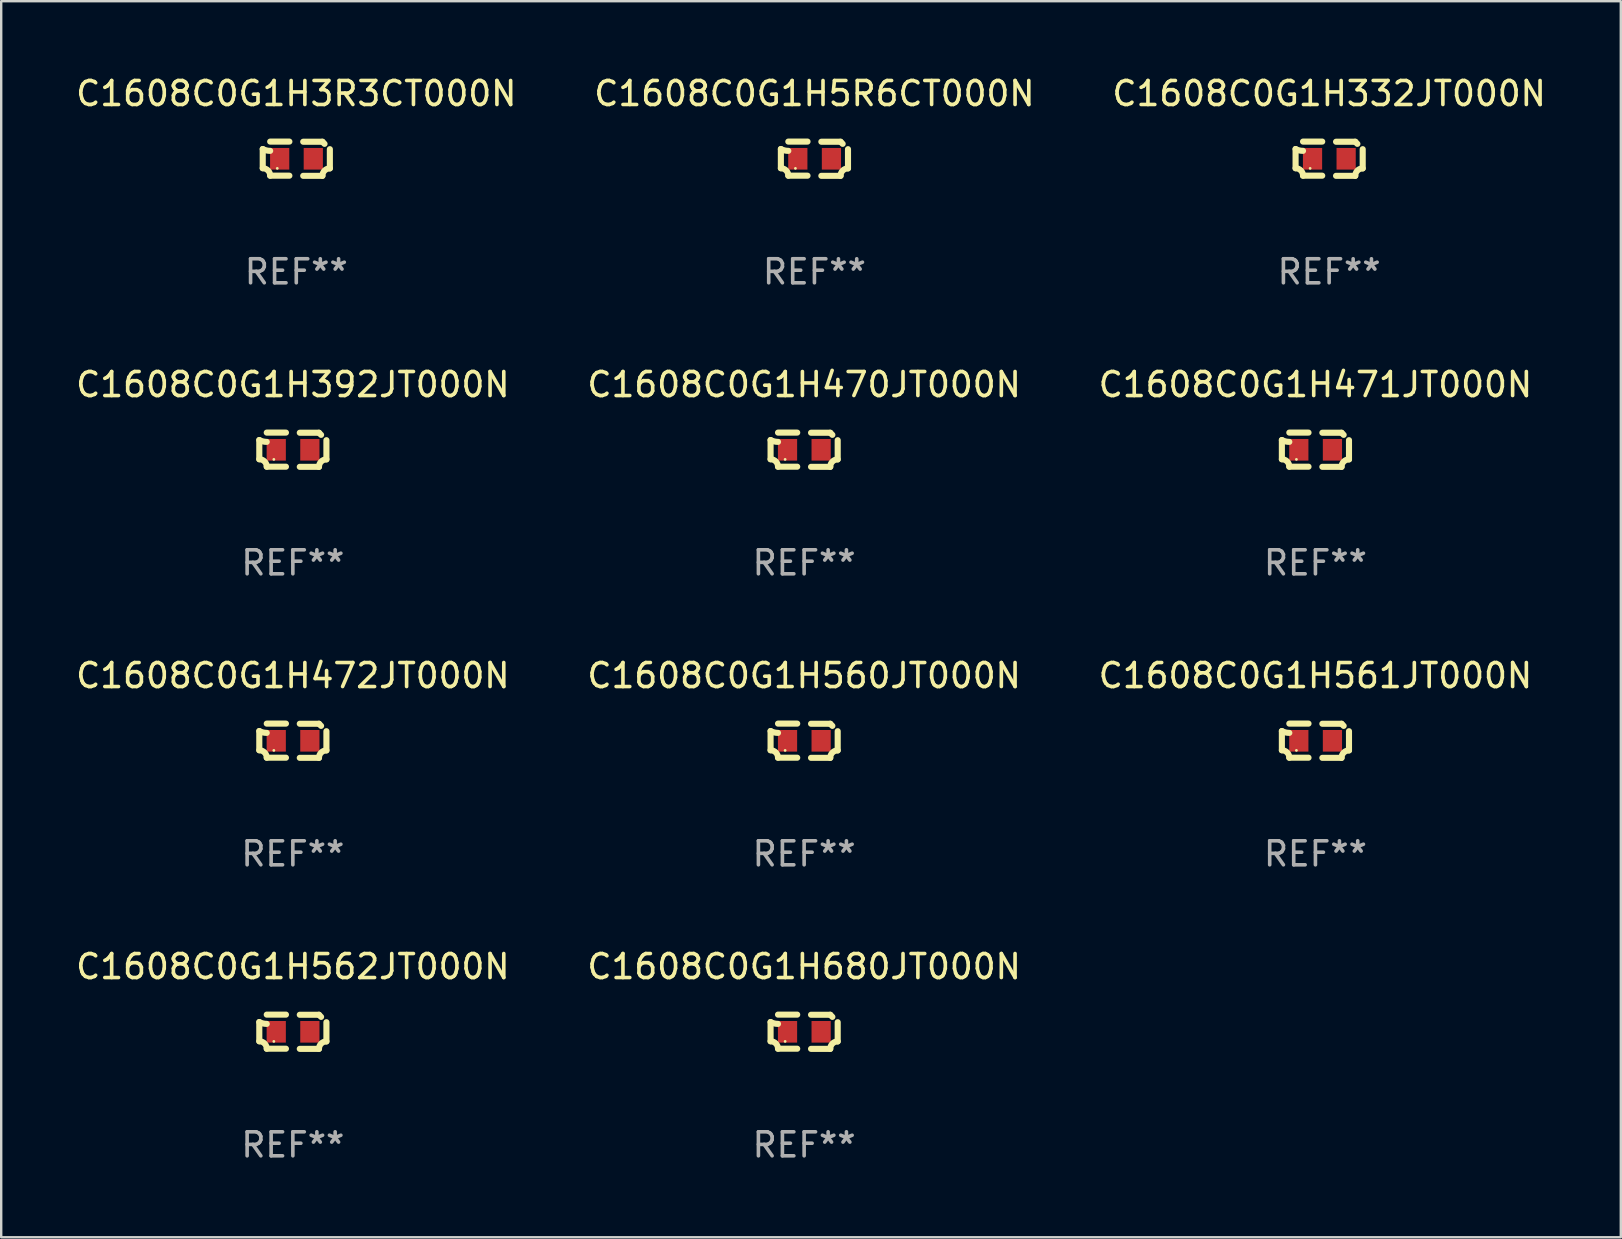
<source format=kicad_pcb>
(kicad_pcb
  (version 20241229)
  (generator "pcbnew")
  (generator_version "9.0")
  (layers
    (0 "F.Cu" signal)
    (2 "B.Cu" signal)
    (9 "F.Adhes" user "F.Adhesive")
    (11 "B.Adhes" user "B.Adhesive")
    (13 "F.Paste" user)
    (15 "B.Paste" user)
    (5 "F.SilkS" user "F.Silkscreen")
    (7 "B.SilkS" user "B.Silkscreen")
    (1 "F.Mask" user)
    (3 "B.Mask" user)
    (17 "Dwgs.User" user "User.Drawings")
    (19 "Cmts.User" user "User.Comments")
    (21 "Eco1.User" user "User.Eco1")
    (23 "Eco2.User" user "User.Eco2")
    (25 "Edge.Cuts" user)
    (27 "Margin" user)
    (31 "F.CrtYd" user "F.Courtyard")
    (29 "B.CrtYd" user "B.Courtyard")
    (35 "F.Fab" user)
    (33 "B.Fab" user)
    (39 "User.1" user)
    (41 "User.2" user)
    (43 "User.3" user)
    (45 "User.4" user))
  (footprint "C1608C0G1H332JT000N"
    (layer "F.Cu")
    (at 52.315 3.561)
    (property "Reference" "C1608C0G1H332JT000N" (at 0 -2.713 0) (layer "F.SilkS") (effects (font (size 1 1) (thickness 0.15))))
    (attr through_hole)
    (fp_line (start -1.398 -0.403) (end -1.398 0.397) (stroke (width 0.254) (type solid)) (layer "F.SilkS"))
    (fp_line (start -0.288 -0.713) (end -1.088 -0.713) (stroke (width 0.254) (type solid)) (layer "F.SilkS"))
    (fp_line (start -0.288 0.707) (end -1.088 0.707) (stroke (width 0.254) (type solid)) (layer "F.SilkS"))
    (fp_line (start 0.288 -0.707) (end 1.088 -0.707) (stroke (width 0.254) (type solid)) (layer "F.SilkS"))
    (fp_line (start 0.288 0.713) (end 1.088 0.713) (stroke (width 0.254) (type solid)) (layer "F.SilkS"))
    (fp_line (start 1.398 -0.397) (end 1.398 0.403) (stroke (width 0.254) (type solid)) (layer "F.SilkS"))
    (fp_arc (start -1.397789 0.397066) (mid -1.178701 0.487826) (end -1.08796 0.706922) (stroke (width 0.254001) (type solid)) (layer "F.SilkS"))
    (fp_arc (start -1.08796 -0.327176) (mid -1.247436 -0.346384) (end -1.39779 -0.402908) (stroke (width 0.254001) (type solid)) (layer "F.SilkS"))
    (fp_arc (start 1.087909 0.712738) (mid 1.178656 0.493655) (end 1.397739 0.402908) (stroke (width 0.254001) (type solid)) (layer "F.SilkS"))
    (fp_arc (start 1.175925 -0.618926) (mid 1.131917 -0.662923) (end 1.08791 -0.706922) (stroke (width 0.254001) (type solid)) (layer "F.SilkS"))
    (fp_circle (center -0.792 0.403) (end -0.762 0.403) (stroke (width 0.06) (type solid)) (fill no) (layer "F.SilkS"))
    (fp_text user "REF**" (at 0 4.713 0) (layer "F.Fab") (effects (font (size 1 1) (thickness 0.15))))
    (pad "1" smd rect (at -0.692 0.003) (size 0.8 0.9) (layers "F.Cu" "F.Mask" "F.Paste"))
    (pad "2" smd rect (at 0.708 0.003) (size 0.8 0.9) (layers "F.Cu" "F.Mask" "F.Paste")))
  (footprint "C1608C0G1H392JT000N"
    (layer "F.Cu")
    (at 9.149 15.683)
    (property "Reference" "C1608C0G1H392JT000N" (at 0 -2.713 0) (layer "F.SilkS") (effects (font (size 1 1) (thickness 0.15))))
    (attr through_hole)
    (fp_line (start -1.398 -0.403) (end -1.398 0.397) (stroke (width 0.254) (type solid)) (layer "F.SilkS"))
    (fp_line (start -0.288 -0.713) (end -1.088 -0.713) (stroke (width 0.254) (type solid)) (layer "F.SilkS"))
    (fp_line (start -0.288 0.707) (end -1.088 0.707) (stroke (width 0.254) (type solid)) (layer "F.SilkS"))
    (fp_line (start 0.288 -0.707) (end 1.088 -0.707) (stroke (width 0.254) (type solid)) (layer "F.SilkS"))
    (fp_line (start 0.288 0.713) (end 1.088 0.713) (stroke (width 0.254) (type solid)) (layer "F.SilkS"))
    (fp_line (start 1.398 -0.397) (end 1.398 0.403) (stroke (width 0.254) (type solid)) (layer "F.SilkS"))
    (fp_arc (start -1.397789 0.397066) (mid -1.178701 0.487826) (end -1.08796 0.706922) (stroke (width 0.254001) (type solid)) (layer "F.SilkS"))
    (fp_arc (start -1.08796 -0.327176) (mid -1.247436 -0.346384) (end -1.39779 -0.402908) (stroke (width 0.254001) (type solid)) (layer "F.SilkS"))
    (fp_arc (start 1.087909 0.712738) (mid 1.178656 0.493655) (end 1.397739 0.402908) (stroke (width 0.254001) (type solid)) (layer "F.SilkS"))
    (fp_arc (start 1.175925 -0.618926) (mid 1.131917 -0.662923) (end 1.08791 -0.706922) (stroke (width 0.254001) (type solid)) (layer "F.SilkS"))
    (fp_circle (center -0.792 0.403) (end -0.762 0.403) (stroke (width 0.06) (type solid)) (fill no) (layer "F.SilkS"))
    (fp_text user "REF**" (at 0 4.713 0) (layer "F.Fab") (effects (font (size 1 1) (thickness 0.15))))
    (pad "1" smd rect (at -0.692 0.003) (size 0.8 0.9) (layers "F.Cu" "F.Mask" "F.Paste"))
    (pad "2" smd rect (at 0.708 0.003) (size 0.8 0.9) (layers "F.Cu" "F.Mask" "F.Paste")))
  (footprint "C1608C0G1H560JT000N"
    (layer "F.Cu")
    (at 30.446 27.805)
    (property "Reference" "C1608C0G1H560JT000N" (at 0 -2.713 0) (layer "F.SilkS") (effects (font (size 1 1) (thickness 0.15))))
    (attr through_hole)
    (fp_line (start -1.398 -0.403) (end -1.398 0.397) (stroke (width 0.254) (type solid)) (layer "F.SilkS"))
    (fp_line (start -0.288 -0.713) (end -1.088 -0.713) (stroke (width 0.254) (type solid)) (layer "F.SilkS"))
    (fp_line (start -0.288 0.707) (end -1.088 0.707) (stroke (width 0.254) (type solid)) (layer "F.SilkS"))
    (fp_line (start 0.288 -0.707) (end 1.088 -0.707) (stroke (width 0.254) (type solid)) (layer "F.SilkS"))
    (fp_line (start 0.288 0.713) (end 1.088 0.713) (stroke (width 0.254) (type solid)) (layer "F.SilkS"))
    (fp_line (start 1.398 -0.397) (end 1.398 0.403) (stroke (width 0.254) (type solid)) (layer "F.SilkS"))
    (fp_arc (start -1.397789 0.397066) (mid -1.178701 0.487826) (end -1.08796 0.706922) (stroke (width 0.254001) (type solid)) (layer "F.SilkS"))
    (fp_arc (start -1.08796 -0.327176) (mid -1.247436 -0.346384) (end -1.39779 -0.402908) (stroke (width 0.254001) (type solid)) (layer "F.SilkS"))
    (fp_arc (start 1.087909 0.712738) (mid 1.178656 0.493655) (end 1.397739 0.402908) (stroke (width 0.254001) (type solid)) (layer "F.SilkS"))
    (fp_arc (start 1.175925 -0.618926) (mid 1.131917 -0.662923) (end 1.08791 -0.706922) (stroke (width 0.254001) (type solid)) (layer "F.SilkS"))
    (fp_circle (center -0.792 0.403) (end -0.762 0.403) (stroke (width 0.06) (type solid)) (fill no) (layer "F.SilkS"))
    (fp_text user "REF**" (at 0 4.713 0) (layer "F.Fab") (effects (font (size 1 1) (thickness 0.15))))
    (pad "1" smd rect (at -0.692 0.003) (size 0.8 0.9) (layers "F.Cu" "F.Mask" "F.Paste"))
    (pad "2" smd rect (at 0.708 0.003) (size 0.8 0.9) (layers "F.Cu" "F.Mask" "F.Paste")))
  (footprint "C1608C0G1H5R6CT000N"
    (layer "F.Cu")
    (at 30.875 3.561)
    (property "Reference" "C1608C0G1H5R6CT000N" (at 0 -2.713 0) (layer "F.SilkS") (effects (font (size 1 1) (thickness 0.15))))
    (attr through_hole)
    (fp_line (start -1.398 -0.403) (end -1.398 0.397) (stroke (width 0.254) (type solid)) (layer "F.SilkS"))
    (fp_line (start -0.288 -0.713) (end -1.088 -0.713) (stroke (width 0.254) (type solid)) (layer "F.SilkS"))
    (fp_line (start -0.288 0.707) (end -1.088 0.707) (stroke (width 0.254) (type solid)) (layer "F.SilkS"))
    (fp_line (start 0.288 -0.707) (end 1.088 -0.707) (stroke (width 0.254) (type solid)) (layer "F.SilkS"))
    (fp_line (start 0.288 0.713) (end 1.088 0.713) (stroke (width 0.254) (type solid)) (layer "F.SilkS"))
    (fp_line (start 1.398 -0.397) (end 1.398 0.403) (stroke (width 0.254) (type solid)) (layer "F.SilkS"))
    (fp_arc (start -1.397789 0.397066) (mid -1.178701 0.487826) (end -1.08796 0.706922) (stroke (width 0.254001) (type solid)) (layer "F.SilkS"))
    (fp_arc (start -1.08796 -0.327176) (mid -1.247436 -0.346384) (end -1.39779 -0.402908) (stroke (width 0.254001) (type solid)) (layer "F.SilkS"))
    (fp_arc (start 1.087909 0.712738) (mid 1.178656 0.493655) (end 1.397739 0.402908) (stroke (width 0.254001) (type solid)) (layer "F.SilkS"))
    (fp_arc (start 1.175925 -0.618926) (mid 1.131917 -0.662923) (end 1.08791 -0.706922) (stroke (width 0.254001) (type solid)) (layer "F.SilkS"))
    (fp_circle (center -0.792 0.403) (end -0.762 0.403) (stroke (width 0.06) (type solid)) (fill no) (layer "F.SilkS"))
    (fp_text user "REF**" (at 0 4.713 0) (layer "F.Fab") (effects (font (size 1 1) (thickness 0.15))))
    (pad "1" smd rect (at -0.692 0.003) (size 0.8 0.9) (layers "F.Cu" "F.Mask" "F.Paste"))
    (pad "2" smd rect (at 0.708 0.003) (size 0.8 0.9) (layers "F.Cu" "F.Mask" "F.Paste")))
  (footprint "C1608C0G1H472JT000N"
    (layer "F.Cu")
    (at 9.149 27.805)
    (property "Reference" "C1608C0G1H472JT000N" (at 0 -2.713 0) (layer "F.SilkS") (effects (font (size 1 1) (thickness 0.15))))
    (attr through_hole)
    (fp_line (start -1.398 -0.403) (end -1.398 0.397) (stroke (width 0.254) (type solid)) (layer "F.SilkS"))
    (fp_line (start -0.288 -0.713) (end -1.088 -0.713) (stroke (width 0.254) (type solid)) (layer "F.SilkS"))
    (fp_line (start -0.288 0.707) (end -1.088 0.707) (stroke (width 0.254) (type solid)) (layer "F.SilkS"))
    (fp_line (start 0.288 -0.707) (end 1.088 -0.707) (stroke (width 0.254) (type solid)) (layer "F.SilkS"))
    (fp_line (start 0.288 0.713) (end 1.088 0.713) (stroke (width 0.254) (type solid)) (layer "F.SilkS"))
    (fp_line (start 1.398 -0.397) (end 1.398 0.403) (stroke (width 0.254) (type solid)) (layer "F.SilkS"))
    (fp_arc (start -1.397789 0.397066) (mid -1.178701 0.487826) (end -1.08796 0.706922) (stroke (width 0.254001) (type solid)) (layer "F.SilkS"))
    (fp_arc (start -1.08796 -0.327176) (mid -1.247436 -0.346384) (end -1.39779 -0.402908) (stroke (width 0.254001) (type solid)) (layer "F.SilkS"))
    (fp_arc (start 1.087909 0.712738) (mid 1.178656 0.493655) (end 1.397739 0.402908) (stroke (width 0.254001) (type solid)) (layer "F.SilkS"))
    (fp_arc (start 1.175925 -0.618926) (mid 1.131917 -0.662923) (end 1.08791 -0.706922) (stroke (width 0.254001) (type solid)) (layer "F.SilkS"))
    (fp_circle (center -0.792 0.403) (end -0.762 0.403) (stroke (width 0.06) (type solid)) (fill no) (layer "F.SilkS"))
    (fp_text user "REF**" (at 0 4.713 0) (layer "F.Fab") (effects (font (size 1 1) (thickness 0.15))))
    (pad "1" smd rect (at -0.692 0.003) (size 0.8 0.9) (layers "F.Cu" "F.Mask" "F.Paste"))
    (pad "2" smd rect (at 0.708 0.003) (size 0.8 0.9) (layers "F.Cu" "F.Mask" "F.Paste")))
  (footprint "C1608C0G1H680JT000N"
    (layer "F.Cu")
    (at 30.446 39.927)
    (property "Reference" "C1608C0G1H680JT000N" (at 0 -2.713 0) (layer "F.SilkS") (effects (font (size 1 1) (thickness 0.15))))
    (attr through_hole)
    (fp_line (start -1.398 -0.403) (end -1.398 0.397) (stroke (width 0.254) (type solid)) (layer "F.SilkS"))
    (fp_line (start -0.288 -0.713) (end -1.088 -0.713) (stroke (width 0.254) (type solid)) (layer "F.SilkS"))
    (fp_line (start -0.288 0.707) (end -1.088 0.707) (stroke (width 0.254) (type solid)) (layer "F.SilkS"))
    (fp_line (start 0.288 -0.707) (end 1.088 -0.707) (stroke (width 0.254) (type solid)) (layer "F.SilkS"))
    (fp_line (start 0.288 0.713) (end 1.088 0.713) (stroke (width 0.254) (type solid)) (layer "F.SilkS"))
    (fp_line (start 1.398 -0.397) (end 1.398 0.403) (stroke (width 0.254) (type solid)) (layer "F.SilkS"))
    (fp_arc (start -1.397789 0.397066) (mid -1.178701 0.487826) (end -1.08796 0.706922) (stroke (width 0.254001) (type solid)) (layer "F.SilkS"))
    (fp_arc (start -1.08796 -0.327176) (mid -1.247436 -0.346384) (end -1.39779 -0.402908) (stroke (width 0.254001) (type solid)) (layer "F.SilkS"))
    (fp_arc (start 1.087909 0.712738) (mid 1.178656 0.493655) (end 1.397739 0.402908) (stroke (width 0.254001) (type solid)) (layer "F.SilkS"))
    (fp_arc (start 1.175925 -0.618926) (mid 1.131917 -0.662923) (end 1.08791 -0.706922) (stroke (width 0.254001) (type solid)) (layer "F.SilkS"))
    (fp_circle (center -0.792 0.403) (end -0.762 0.403) (stroke (width 0.06) (type solid)) (fill no) (layer "F.SilkS"))
    (fp_text user "REF**" (at 0 4.713 0) (layer "F.Fab") (effects (font (size 1 1) (thickness 0.15))))
    (pad "1" smd rect (at -0.692 0.003) (size 0.8 0.9) (layers "F.Cu" "F.Mask" "F.Paste"))
    (pad "2" smd rect (at 0.708 0.003) (size 0.8 0.9) (layers "F.Cu" "F.Mask" "F.Paste")))
  (footprint "C1608C0G1H470JT000N"
    (layer "F.Cu")
    (at 30.446 15.683)
    (property "Reference" "C1608C0G1H470JT000N" (at 0 -2.713 0) (layer "F.SilkS") (effects (font (size 1 1) (thickness 0.15))))
    (attr through_hole)
    (fp_line (start -1.398 -0.403) (end -1.398 0.397) (stroke (width 0.254) (type solid)) (layer "F.SilkS"))
    (fp_line (start -0.288 -0.713) (end -1.088 -0.713) (stroke (width 0.254) (type solid)) (layer "F.SilkS"))
    (fp_line (start -0.288 0.707) (end -1.088 0.707) (stroke (width 0.254) (type solid)) (layer "F.SilkS"))
    (fp_line (start 0.288 -0.707) (end 1.088 -0.707) (stroke (width 0.254) (type solid)) (layer "F.SilkS"))
    (fp_line (start 0.288 0.713) (end 1.088 0.713) (stroke (width 0.254) (type solid)) (layer "F.SilkS"))
    (fp_line (start 1.398 -0.397) (end 1.398 0.403) (stroke (width 0.254) (type solid)) (layer "F.SilkS"))
    (fp_arc (start -1.397789 0.397066) (mid -1.178701 0.487826) (end -1.08796 0.706922) (stroke (width 0.254001) (type solid)) (layer "F.SilkS"))
    (fp_arc (start -1.08796 -0.327176) (mid -1.247436 -0.346384) (end -1.39779 -0.402908) (stroke (width 0.254001) (type solid)) (layer "F.SilkS"))
    (fp_arc (start 1.087909 0.712738) (mid 1.178656 0.493655) (end 1.397739 0.402908) (stroke (width 0.254001) (type solid)) (layer "F.SilkS"))
    (fp_arc (start 1.175925 -0.618926) (mid 1.131917 -0.662923) (end 1.08791 -0.706922) (stroke (width 0.254001) (type solid)) (layer "F.SilkS"))
    (fp_circle (center -0.792 0.403) (end -0.762 0.403) (stroke (width 0.06) (type solid)) (fill no) (layer "F.SilkS"))
    (fp_text user "REF**" (at 0 4.713 0) (layer "F.Fab") (effects (font (size 1 1) (thickness 0.15))))
    (pad "1" smd rect (at -0.692 0.003) (size 0.8 0.9) (layers "F.Cu" "F.Mask" "F.Paste"))
    (pad "2" smd rect (at 0.708 0.003) (size 0.8 0.9) (layers "F.Cu" "F.Mask" "F.Paste")))
  (footprint "C1608C0G1H562JT000N"
    (layer "F.Cu")
    (at 9.149 39.927)
    (property "Reference" "C1608C0G1H562JT000N" (at 0 -2.713 0) (layer "F.SilkS") (effects (font (size 1 1) (thickness 0.15))))
    (attr through_hole)
    (fp_line (start -1.398 -0.403) (end -1.398 0.397) (stroke (width 0.254) (type solid)) (layer "F.SilkS"))
    (fp_line (start -0.288 -0.713) (end -1.088 -0.713) (stroke (width 0.254) (type solid)) (layer "F.SilkS"))
    (fp_line (start -0.288 0.707) (end -1.088 0.707) (stroke (width 0.254) (type solid)) (layer "F.SilkS"))
    (fp_line (start 0.288 -0.707) (end 1.088 -0.707) (stroke (width 0.254) (type solid)) (layer "F.SilkS"))
    (fp_line (start 0.288 0.713) (end 1.088 0.713) (stroke (width 0.254) (type solid)) (layer "F.SilkS"))
    (fp_line (start 1.398 -0.397) (end 1.398 0.403) (stroke (width 0.254) (type solid)) (layer "F.SilkS"))
    (fp_arc (start -1.397789 0.397066) (mid -1.178701 0.487826) (end -1.08796 0.706922) (stroke (width 0.254001) (type solid)) (layer "F.SilkS"))
    (fp_arc (start -1.08796 -0.327176) (mid -1.247436 -0.346384) (end -1.39779 -0.402908) (stroke (width 0.254001) (type solid)) (layer "F.SilkS"))
    (fp_arc (start 1.087909 0.712738) (mid 1.178656 0.493655) (end 1.397739 0.402908) (stroke (width 0.254001) (type solid)) (layer "F.SilkS"))
    (fp_arc (start 1.175925 -0.618926) (mid 1.131917 -0.662923) (end 1.08791 -0.706922) (stroke (width 0.254001) (type solid)) (layer "F.SilkS"))
    (fp_circle (center -0.792 0.403) (end -0.762 0.403) (stroke (width 0.06) (type solid)) (fill no) (layer "F.SilkS"))
    (fp_text user "REF**" (at 0 4.713 0) (layer "F.Fab") (effects (font (size 1 1) (thickness 0.15))))
    (pad "1" smd rect (at -0.692 0.003) (size 0.8 0.9) (layers "F.Cu" "F.Mask" "F.Paste"))
    (pad "2" smd rect (at 0.708 0.003) (size 0.8 0.9) (layers "F.Cu" "F.Mask" "F.Paste")))
  (footprint "C1608C0G1H3R3CT000N"
    (layer "F.Cu")
    (at 9.292 3.561)
    (property "Reference" "C1608C0G1H3R3CT000N" (at 0 -2.713 0) (layer "F.SilkS") (effects (font (size 1 1) (thickness 0.15))))
    (attr through_hole)
    (fp_line (start -1.398 -0.403) (end -1.398 0.397) (stroke (width 0.254) (type solid)) (layer "F.SilkS"))
    (fp_line (start -0.288 -0.713) (end -1.088 -0.713) (stroke (width 0.254) (type solid)) (layer "F.SilkS"))
    (fp_line (start -0.288 0.707) (end -1.088 0.707) (stroke (width 0.254) (type solid)) (layer "F.SilkS"))
    (fp_line (start 0.288 -0.707) (end 1.088 -0.707) (stroke (width 0.254) (type solid)) (layer "F.SilkS"))
    (fp_line (start 0.288 0.713) (end 1.088 0.713) (stroke (width 0.254) (type solid)) (layer "F.SilkS"))
    (fp_line (start 1.398 -0.397) (end 1.398 0.403) (stroke (width 0.254) (type solid)) (layer "F.SilkS"))
    (fp_arc (start -1.397789 0.397066) (mid -1.178701 0.487826) (end -1.08796 0.706922) (stroke (width 0.254001) (type solid)) (layer "F.SilkS"))
    (fp_arc (start -1.08796 -0.327176) (mid -1.247436 -0.346384) (end -1.39779 -0.402908) (stroke (width 0.254001) (type solid)) (layer "F.SilkS"))
    (fp_arc (start 1.087909 0.712738) (mid 1.178656 0.493655) (end 1.397739 0.402908) (stroke (width 0.254001) (type solid)) (layer "F.SilkS"))
    (fp_arc (start 1.175925 -0.618926) (mid 1.131917 -0.662923) (end 1.08791 -0.706922) (stroke (width 0.254001) (type solid)) (layer "F.SilkS"))
    (fp_circle (center -0.792 0.403) (end -0.762 0.403) (stroke (width 0.06) (type solid)) (fill no) (layer "F.SilkS"))
    (fp_text user "REF**" (at 0 4.713 0) (layer "F.Fab") (effects (font (size 1 1) (thickness 0.15))))
    (pad "1" smd rect (at -0.692 0.003) (size 0.8 0.9) (layers "F.Cu" "F.Mask" "F.Paste"))
    (pad "2" smd rect (at 0.708 0.003) (size 0.8 0.9) (layers "F.Cu" "F.Mask" "F.Paste")))
  (footprint "C1608C0G1H471JT000N"
    (layer "F.Cu")
    (at 51.744 15.683)
    (property "Reference" "C1608C0G1H471JT000N" (at 0 -2.713 0) (layer "F.SilkS") (effects (font (size 1 1) (thickness 0.15))))
    (attr through_hole)
    (fp_line (start -1.398 -0.403) (end -1.398 0.397) (stroke (width 0.254) (type solid)) (layer "F.SilkS"))
    (fp_line (start -0.288 -0.713) (end -1.088 -0.713) (stroke (width 0.254) (type solid)) (layer "F.SilkS"))
    (fp_line (start -0.288 0.707) (end -1.088 0.707) (stroke (width 0.254) (type solid)) (layer "F.SilkS"))
    (fp_line (start 0.288 -0.707) (end 1.088 -0.707) (stroke (width 0.254) (type solid)) (layer "F.SilkS"))
    (fp_line (start 0.288 0.713) (end 1.088 0.713) (stroke (width 0.254) (type solid)) (layer "F.SilkS"))
    (fp_line (start 1.398 -0.397) (end 1.398 0.403) (stroke (width 0.254) (type solid)) (layer "F.SilkS"))
    (fp_arc (start -1.397789 0.397066) (mid -1.178701 0.487826) (end -1.08796 0.706922) (stroke (width 0.254001) (type solid)) (layer "F.SilkS"))
    (fp_arc (start -1.08796 -0.327176) (mid -1.247436 -0.346384) (end -1.39779 -0.402908) (stroke (width 0.254001) (type solid)) (layer "F.SilkS"))
    (fp_arc (start 1.087909 0.712738) (mid 1.178656 0.493655) (end 1.397739 0.402908) (stroke (width 0.254001) (type solid)) (layer "F.SilkS"))
    (fp_arc (start 1.175925 -0.618926) (mid 1.131917 -0.662923) (end 1.08791 -0.706922) (stroke (width 0.254001) (type solid)) (layer "F.SilkS"))
    (fp_circle (center -0.792 0.403) (end -0.762 0.403) (stroke (width 0.06) (type solid)) (fill no) (layer "F.SilkS"))
    (fp_text user "REF**" (at 0 4.713 0) (layer "F.Fab") (effects (font (size 1 1) (thickness 0.15))))
    (pad "1" smd rect (at -0.692 0.003) (size 0.8 0.9) (layers "F.Cu" "F.Mask" "F.Paste"))
    (pad "2" smd rect (at 0.708 0.003) (size 0.8 0.9) (layers "F.Cu" "F.Mask" "F.Paste")))
  (footprint "C1608C0G1H561JT000N"
    (layer "F.Cu")
    (at 51.744 27.805)
    (property "Reference" "C1608C0G1H561JT000N" (at 0 -2.713 0) (layer "F.SilkS") (effects (font (size 1 1) (thickness 0.15))))
    (attr through_hole)
    (fp_line (start -1.398 -0.403) (end -1.398 0.397) (stroke (width 0.254) (type solid)) (layer "F.SilkS"))
    (fp_line (start -0.288 -0.713) (end -1.088 -0.713) (stroke (width 0.254) (type solid)) (layer "F.SilkS"))
    (fp_line (start -0.288 0.707) (end -1.088 0.707) (stroke (width 0.254) (type solid)) (layer "F.SilkS"))
    (fp_line (start 0.288 -0.707) (end 1.088 -0.707) (stroke (width 0.254) (type solid)) (layer "F.SilkS"))
    (fp_line (start 0.288 0.713) (end 1.088 0.713) (stroke (width 0.254) (type solid)) (layer "F.SilkS"))
    (fp_line (start 1.398 -0.397) (end 1.398 0.403) (stroke (width 0.254) (type solid)) (layer "F.SilkS"))
    (fp_arc (start -1.397789 0.397066) (mid -1.178701 0.487826) (end -1.08796 0.706922) (stroke (width 0.254001) (type solid)) (layer "F.SilkS"))
    (fp_arc (start -1.08796 -0.327176) (mid -1.247436 -0.346384) (end -1.39779 -0.402908) (stroke (width 0.254001) (type solid)) (layer "F.SilkS"))
    (fp_arc (start 1.087909 0.712738) (mid 1.178656 0.493655) (end 1.397739 0.402908) (stroke (width 0.254001) (type solid)) (layer "F.SilkS"))
    (fp_arc (start 1.175925 -0.618926) (mid 1.131917 -0.662923) (end 1.08791 -0.706922) (stroke (width 0.254001) (type solid)) (layer "F.SilkS"))
    (fp_circle (center -0.792 0.403) (end -0.762 0.403) (stroke (width 0.06) (type solid)) (fill no) (layer "F.SilkS"))
    (fp_text user "REF**" (at 0 4.713 0) (layer "F.Fab") (effects (font (size 1 1) (thickness 0.15))))
    (pad "1" smd rect (at -0.692 0.003) (size 0.8 0.9) (layers "F.Cu" "F.Mask" "F.Paste"))
    (pad "2" smd rect (at 0.708 0.003) (size 0.8 0.9) (layers "F.Cu" "F.Mask" "F.Paste")))
  (gr_rect
    (start -3 -3)
    (end 64.464 48.488)
    (stroke (width 0.1) (type default))
    (fill no)
    (layer "Edge.Cuts")))
</source>
